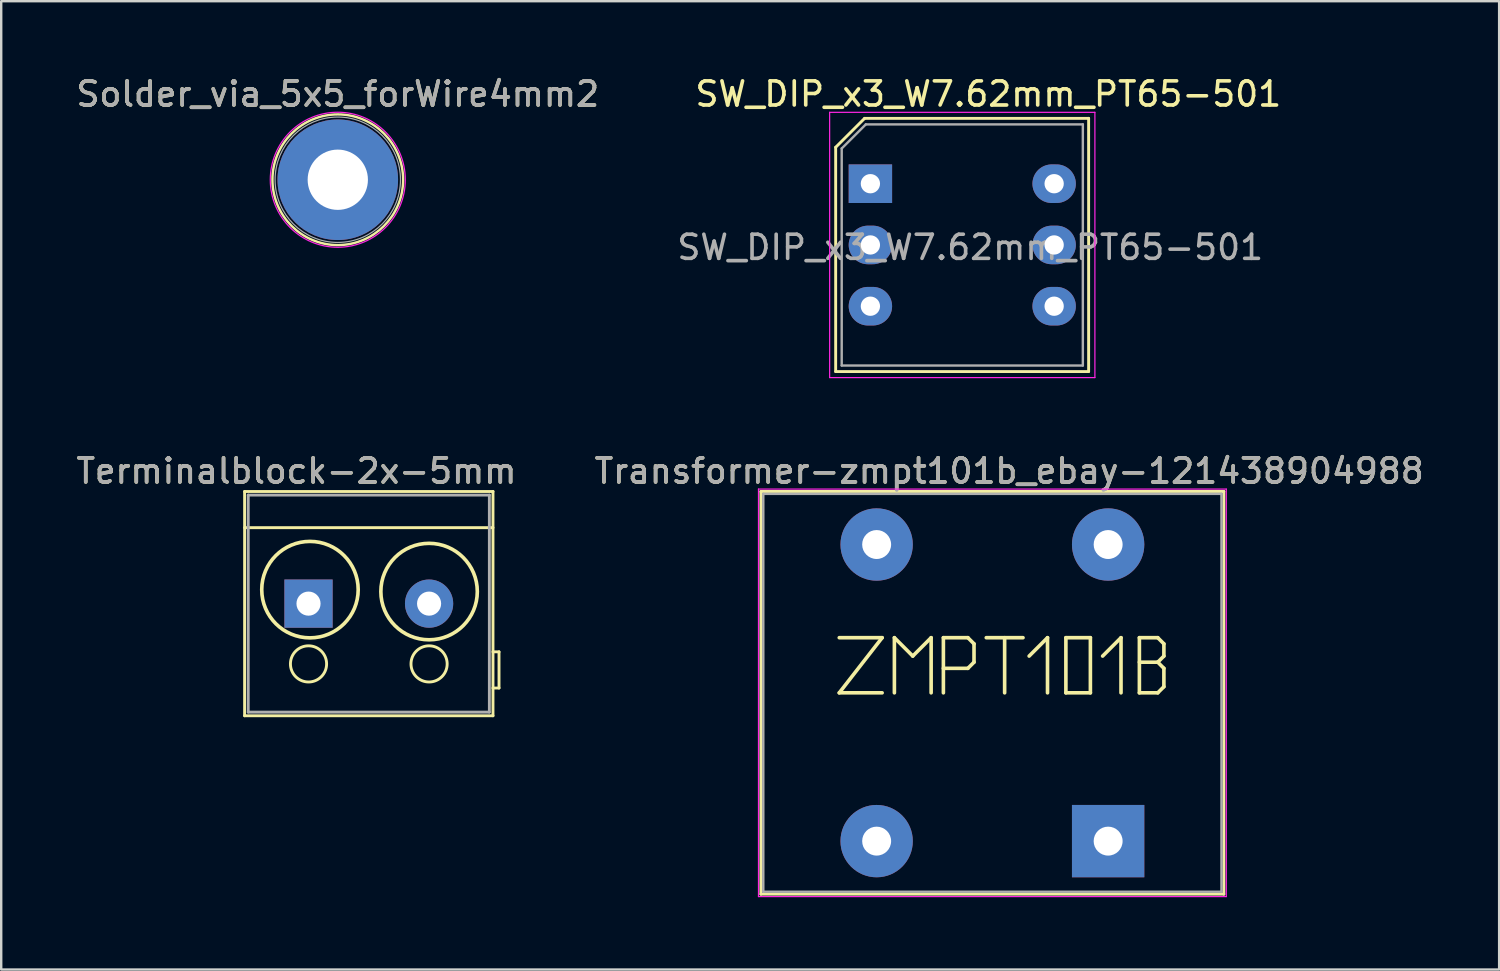
<source format=kicad_pcb>
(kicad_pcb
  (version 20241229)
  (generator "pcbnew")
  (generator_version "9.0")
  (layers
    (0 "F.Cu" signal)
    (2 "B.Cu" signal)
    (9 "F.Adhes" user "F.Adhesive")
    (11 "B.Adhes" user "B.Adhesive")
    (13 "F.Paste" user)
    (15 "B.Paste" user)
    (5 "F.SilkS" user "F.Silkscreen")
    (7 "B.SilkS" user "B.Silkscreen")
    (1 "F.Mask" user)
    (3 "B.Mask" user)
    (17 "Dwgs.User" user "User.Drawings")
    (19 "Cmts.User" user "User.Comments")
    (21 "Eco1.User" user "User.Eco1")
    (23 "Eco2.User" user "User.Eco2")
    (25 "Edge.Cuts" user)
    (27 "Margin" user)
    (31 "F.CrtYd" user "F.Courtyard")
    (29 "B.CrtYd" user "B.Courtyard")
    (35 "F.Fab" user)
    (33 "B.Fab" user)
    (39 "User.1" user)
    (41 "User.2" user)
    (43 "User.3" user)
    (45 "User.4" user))
  (footprint "Terminalblock-2x-5mm"
    (layer "F.Cu")
    (at 9.744 21.982)
    (property "Reference" "Terminalblock-2x-5mm" (at -0.5 -5.5 0) (layer "F.SilkS") (effects (font (size 1 1) (thickness 0.15))))
    (attr through_hole)
    (fp_line (start -2.65 -4.65) (end 7.65 -4.65) (stroke (width 0.12) (type solid)) (layer "F.SilkS"))
    (fp_line (start -2.65 -3.15) (end 7.65 -3.15) (stroke (width 0.12) (type solid)) (layer "F.SilkS"))
    (fp_line (start -2.65 4.65) (end -2.65 -4.65) (stroke (width 0.12) (type solid)) (layer "F.SilkS"))
    (fp_line (start 7.65 -4.65) (end 7.65 4.65) (stroke (width 0.12) (type solid)) (layer "F.SilkS"))
    (fp_line (start 7.65 3.5) (end 7.9 3.5) (stroke (width 0.12) (type solid)) (layer "F.SilkS"))
    (fp_line (start 7.65 4.65) (end -2.65 4.65) (stroke (width 0.12) (type solid)) (layer "F.SilkS"))
    (fp_line (start 7.9 2) (end 7.65 2) (stroke (width 0.12) (type solid)) (layer "F.SilkS"))
    (fp_line (start 7.9 3.5) (end 7.9 2) (stroke (width 0.12) (type solid)) (layer "F.SilkS"))
    (fp_circle (center 0 2.5) (end 0.75 2.5) (stroke (width 0.12) (type solid)) (fill no) (layer "F.SilkS"))
    (fp_circle (center 0.06 -0.58) (end 2.06 -0.58) (stroke (width 0.15) (type solid)) (fill no) (layer "F.SilkS"))
    (fp_circle (center 5 -0.5) (end 7 -0.5) (stroke (width 0.15) (type solid)) (fill no) (layer "F.SilkS"))
    (fp_circle (center 5 2.5) (end 5.75 2.5) (stroke (width 0.12) (type solid)) (fill no) (layer "F.SilkS"))
    (fp_line (start -2.5 -4.5) (end -2.5 4.5) (stroke (width 0.12) (type solid)) (layer "F.Fab"))
    (fp_line (start -2.5 4.5) (end 7.5 4.5) (stroke (width 0.12) (type solid)) (layer "F.Fab"))
    (fp_line (start 7.5 -4.5) (end -2.5 -4.5) (stroke (width 0.12) (type solid)) (layer "F.Fab"))
    (fp_line (start 7.5 4.5) (end 7.5 -4.5) (stroke (width 0.12) (type solid)) (layer "F.Fab"))
    (fp_text user "${REFERENCE}" (at -0.5 -5.5 0) (layer "F.Fab") (effects (font (size 1 1) (thickness 0.15))))
    (pad "1" thru_hole rect (at 0 0) (size 2 2) (drill 1) (layers "*.Cu" "*.Mask"))
    (pad "2" thru_hole circle (at 5 0) (size 2 2) (drill 1) (layers "*.Cu" "*.Mask")))
  (footprint "SW_DIP_x3_W7.62mm_PT65-501"
    (layer "F.Cu")
    (at 33.045 4.568)
    (property "Reference" "SW_DIP_x3_W7.62mm_PT65-501" (at 4.89 -3.72 0) (layer "F.SilkS") (effects (font (size 1 1) (thickness 0.15))))
    (attr through_hole)
    (fp_line (start -1.44 -1.51) (end -1.44 7.79) (stroke (width 0.12) (type solid)) (layer "F.SilkS"))
    (fp_line (start -1.44 -1.51) (end -0.24 -2.71) (stroke (width 0.12) (type solid)) (layer "F.SilkS"))
    (fp_line (start -1.44 7.79) (end 9.05 7.79) (stroke (width 0.12) (type solid)) (layer "F.SilkS"))
    (fp_line (start -0.24 -2.71) (end 9.05 -2.71) (stroke (width 0.12) (type solid)) (layer "F.SilkS"))
    (fp_line (start 9.05 -2.71) (end 9.05 7.79) (stroke (width 0.12) (type solid)) (layer "F.SilkS"))
    (fp_line (start -1.69 -2.96) (end -1.69 8.04) (stroke (width 0.05) (type solid)) (layer "F.CrtYd"))
    (fp_line (start -1.69 -2.96) (end 9.31 -2.96) (stroke (width 0.05) (type solid)) (layer "F.CrtYd"))
    (fp_line (start -1.69 8.04) (end 9.31 8.04) (stroke (width 0.05) (type solid)) (layer "F.CrtYd"))
    (fp_line (start 9.31 -2.96) (end 9.31 8.04) (stroke (width 0.05) (type solid)) (layer "F.CrtYd"))
    (fp_line (start -1.19 -1.46) (end -1.19 7.54) (stroke (width 0.1) (type solid)) (layer "F.Fab"))
    (fp_line (start -1.19 7.54) (end 8.81 7.54) (stroke (width 0.1) (type solid)) (layer "F.Fab"))
    (fp_line (start -0.19 -2.46) (end -1.19 -1.46) (stroke (width 0.1) (type solid)) (layer "F.Fab"))
    (fp_line (start -0.19 -2.46) (end 8.81 -2.46) (stroke (width 0.1) (type solid)) (layer "F.Fab"))
    (fp_line (start 8.81 -2.46) (end 8.81 7.54) (stroke (width 0.1) (type solid)) (layer "F.Fab"))
    (fp_text user "${REFERENCE}" (at 4.14 2.64 0) (layer "F.Fab") (effects (font (size 1 1) (thickness 0.15))))
    (pad "1" thru_hole rect (at 0 0) (size 1.8 1.6) (drill 0.8) (layers "*.Cu" "*.Mask"))
    (pad "2" thru_hole oval (at 0 2.54) (size 1.8 1.6) (drill 0.8) (layers "*.Cu" "*.Mask"))
    (pad "3" thru_hole oval (at 0 5.08) (size 1.8 1.6) (drill 0.8) (layers "*.Cu" "*.Mask"))
    (pad "4" thru_hole oval (at 7.62 5.08) (size 1.8 1.6) (drill 0.8) (layers "*.Cu" "*.Mask"))
    (pad "5" thru_hole oval (at 7.62 2.54) (size 1.8 1.6) (drill 0.8) (layers "*.Cu" "*.Mask"))
    (pad "6" thru_hole oval (at 7.62 0) (size 1.8 1.6) (drill 0.8) (layers "*.Cu" "*.Mask")))
  (footprint "Transformer-zmpt101b_ebay-121438904988"
    (layer "F.Cu")
    (at 38.104 25.681)
    (property "Reference" "Transformer-zmpt101b_ebay-121438904988" (at 0.7 -9.199 0) (layer "F.SilkS") (effects (font (size 1 1) (thickness 0.15))))
    (attr through_hole)
    (fp_line (start -9.6 -8.35) (end -9.6 8.35) (stroke (width 0.12) (type solid)) (layer "F.SilkS"))
    (fp_line (start -9.6 -8.35) (end 9.6 -8.35) (stroke (width 0.12) (type solid)) (layer "F.SilkS"))
    (fp_line (start -9.6 8.35) (end 9.6 8.35) (stroke (width 0.12) (type solid)) (layer "F.SilkS"))
    (fp_line (start -6.35 -2.286) (end -4.572 -2.286) (stroke (width 0.15) (type solid)) (layer "F.SilkS"))
    (fp_line (start -6.35 0) (end -4.572 0) (stroke (width 0.15) (type solid)) (layer "F.SilkS"))
    (fp_line (start -4.572 -2.286) (end -6.35 0) (stroke (width 0.15) (type solid)) (layer "F.SilkS"))
    (fp_line (start -4.064 -2.286) (end -3.302 -1.524) (stroke (width 0.15) (type solid)) (layer "F.SilkS"))
    (fp_line (start -4.064 0) (end -4.064 -2.286) (stroke (width 0.15) (type solid)) (layer "F.SilkS"))
    (fp_line (start -3.302 -1.524) (end -2.54 -2.286) (stroke (width 0.15) (type solid)) (layer "F.SilkS"))
    (fp_line (start -2.54 -2.286) (end -2.54 0) (stroke (width 0.15) (type solid)) (layer "F.SilkS"))
    (fp_line (start -2.032 -2.286) (end -1.016 -2.286) (stroke (width 0.15) (type solid)) (layer "F.SilkS"))
    (fp_line (start -2.032 0) (end -2.032 -2.286) (stroke (width 0.15) (type solid)) (layer "F.SilkS"))
    (fp_line (start -1.016 -2.286) (end -0.762 -2.032) (stroke (width 0.15) (type solid)) (layer "F.SilkS"))
    (fp_line (start -1.016 -1.016) (end -2.032 -1.016) (stroke (width 0.15) (type solid)) (layer "F.SilkS"))
    (fp_line (start -0.762 -2.032) (end -0.762 -1.27) (stroke (width 0.15) (type solid)) (layer "F.SilkS"))
    (fp_line (start -0.762 -1.27) (end -1.016 -1.016) (stroke (width 0.15) (type solid)) (layer "F.SilkS"))
    (fp_line (start -0.254 -2.286) (end 1.27 -2.286) (stroke (width 0.15) (type solid)) (layer "F.SilkS"))
    (fp_line (start 0.508 -2.286) (end 0.508 0) (stroke (width 0.15) (type solid)) (layer "F.SilkS"))
    (fp_line (start 1.524 -1.524) (end 2.286 -2.286) (stroke (width 0.15) (type solid)) (layer "F.SilkS"))
    (fp_line (start 2.286 -2.286) (end 2.286 0) (stroke (width 0.15) (type solid)) (layer "F.SilkS"))
    (fp_line (start 3.048 -2.286) (end 4.064 -2.286) (stroke (width 0.15) (type solid)) (layer "F.SilkS"))
    (fp_line (start 3.048 0) (end 3.048 -2.286) (stroke (width 0.15) (type solid)) (layer "F.SilkS"))
    (fp_line (start 4.064 -2.286) (end 4.064 0) (stroke (width 0.15) (type solid)) (layer "F.SilkS"))
    (fp_line (start 4.064 0) (end 3.048 0) (stroke (width 0.15) (type solid)) (layer "F.SilkS"))
    (fp_line (start 4.572 -1.524) (end 5.334 -2.286) (stroke (width 0.15) (type solid)) (layer "F.SilkS"))
    (fp_line (start 5.334 -2.286) (end 5.334 0) (stroke (width 0.15) (type solid)) (layer "F.SilkS"))
    (fp_line (start 6.096 -2.286) (end 6.096 0) (stroke (width 0.15) (type solid)) (layer "F.SilkS"))
    (fp_line (start 6.096 -2.286) (end 6.858 -2.286) (stroke (width 0.15) (type solid)) (layer "F.SilkS"))
    (fp_line (start 6.096 0) (end 6.858 0) (stroke (width 0.15) (type solid)) (layer "F.SilkS"))
    (fp_line (start 6.858 -2.286) (end 7.112 -2.032) (stroke (width 0.15) (type solid)) (layer "F.SilkS"))
    (fp_line (start 6.858 -1.27) (end 6.096 -1.27) (stroke (width 0.15) (type solid)) (layer "F.SilkS"))
    (fp_line (start 6.858 0) (end 7.112 -0.254) (stroke (width 0.15) (type solid)) (layer "F.SilkS"))
    (fp_line (start 7.112 -2.032) (end 7.112 -1.524) (stroke (width 0.15) (type solid)) (layer "F.SilkS"))
    (fp_line (start 7.112 -1.524) (end 6.858 -1.27) (stroke (width 0.15) (type solid)) (layer "F.SilkS"))
    (fp_line (start 7.112 -1.016) (end 6.858 -1.27) (stroke (width 0.15) (type solid)) (layer "F.SilkS"))
    (fp_line (start 7.112 -0.254) (end 7.112 -1.016) (stroke (width 0.15) (type solid)) (layer "F.SilkS"))
    (fp_line (start 9.6 -8.35) (end 9.6 8.35) (stroke (width 0.12) (type solid)) (layer "F.SilkS"))
    (fp_line (start -9.7 -8.45) (end -9.7 8.45) (stroke (width 0.05) (type solid)) (layer "F.CrtYd"))
    (fp_line (start -9.7 -8.45) (end 9.7 -8.45) (stroke (width 0.05) (type solid)) (layer "F.CrtYd"))
    (fp_line (start -9.7 8.45) (end 9.7 8.45) (stroke (width 0.05) (type solid)) (layer "F.CrtYd"))
    (fp_line (start 9.7 -8.45) (end 9.7 8.45) (stroke (width 0.05) (type solid)) (layer "F.CrtYd"))
    (fp_line (start -9.5 -8.25) (end 9.5 -8.25) (stroke (width 0.1) (type solid)) (layer "F.Fab"))
    (fp_line (start -9.5 8.25) (end -9.5 -8.25) (stroke (width 0.1) (type solid)) (layer "F.Fab"))
    (fp_line (start -9.5 8.25) (end 9.5 8.25) (stroke (width 0.1) (type solid)) (layer "F.Fab"))
    (fp_line (start 9.5 -8.25) (end 9.5 8.25) (stroke (width 0.1) (type solid)) (layer "F.Fab"))
    (fp_text user "${REFERENCE}" (at 0.7 -9.199 0) (layer "F.Fab") (effects (font (size 1 1) (thickness 0.15))))
    (pad "1" thru_hole rect (at 4.8 6.15) (size 3 3) (drill 1.2) (layers "*.Cu" "*.Mask"))
    (pad "2" thru_hole circle (at 4.8 -6.15) (size 3 3) (drill 1.2) (layers "*.Cu" "*.Mask"))
    (pad "3" thru_hole circle (at -4.8 6.15) (size 3 3) (drill 1.2) (layers "*.Cu" "*.Mask"))
    (pad "4" thru_hole circle (at -4.8 -6.15) (size 3 3) (drill 1.2) (layers "*.Cu" "*.Mask")))
  (footprint "Solder_via_5x5_forWire4mm2"
    (layer "F.Cu")
    (at 10.958 4.404)
    (property "Reference" "Solder_via_5x5_forWire4mm2" (at 0 -3.556 0) (layer "F.SilkS") (effects (font (size 1 1) (thickness 0.15))))
    (attr through_hole)
    (fp_circle (center 0 0) (end 2.6 -0.762) (stroke (width 0.1) (type solid)) (fill no) (layer "F.SilkS"))
    (fp_circle (center 0 0) (end 2.8 0) (stroke (width 0.05) (type solid)) (fill no) (layer "F.CrtYd"))
    (fp_circle (center 0 0) (end 2.6 0) (stroke (width 0.05) (type solid)) (fill no) (layer "F.Fab"))
    (fp_text user "${REFERENCE}" (at 0 -3.556 180) (layer "F.Fab") (effects (font (size 1 1) (thickness 0.15))))
    (pad "1" thru_hole circle (at 0 0) (size 5 5) (drill 2.5) (layers "*.Cu" "*.Mask")))
  (gr_rect
    (start -3 -3)
    (end 59.119 37.156)
    (stroke (width 0.1) (type default))
    (fill no)
    (layer "Edge.Cuts")))
</source>
